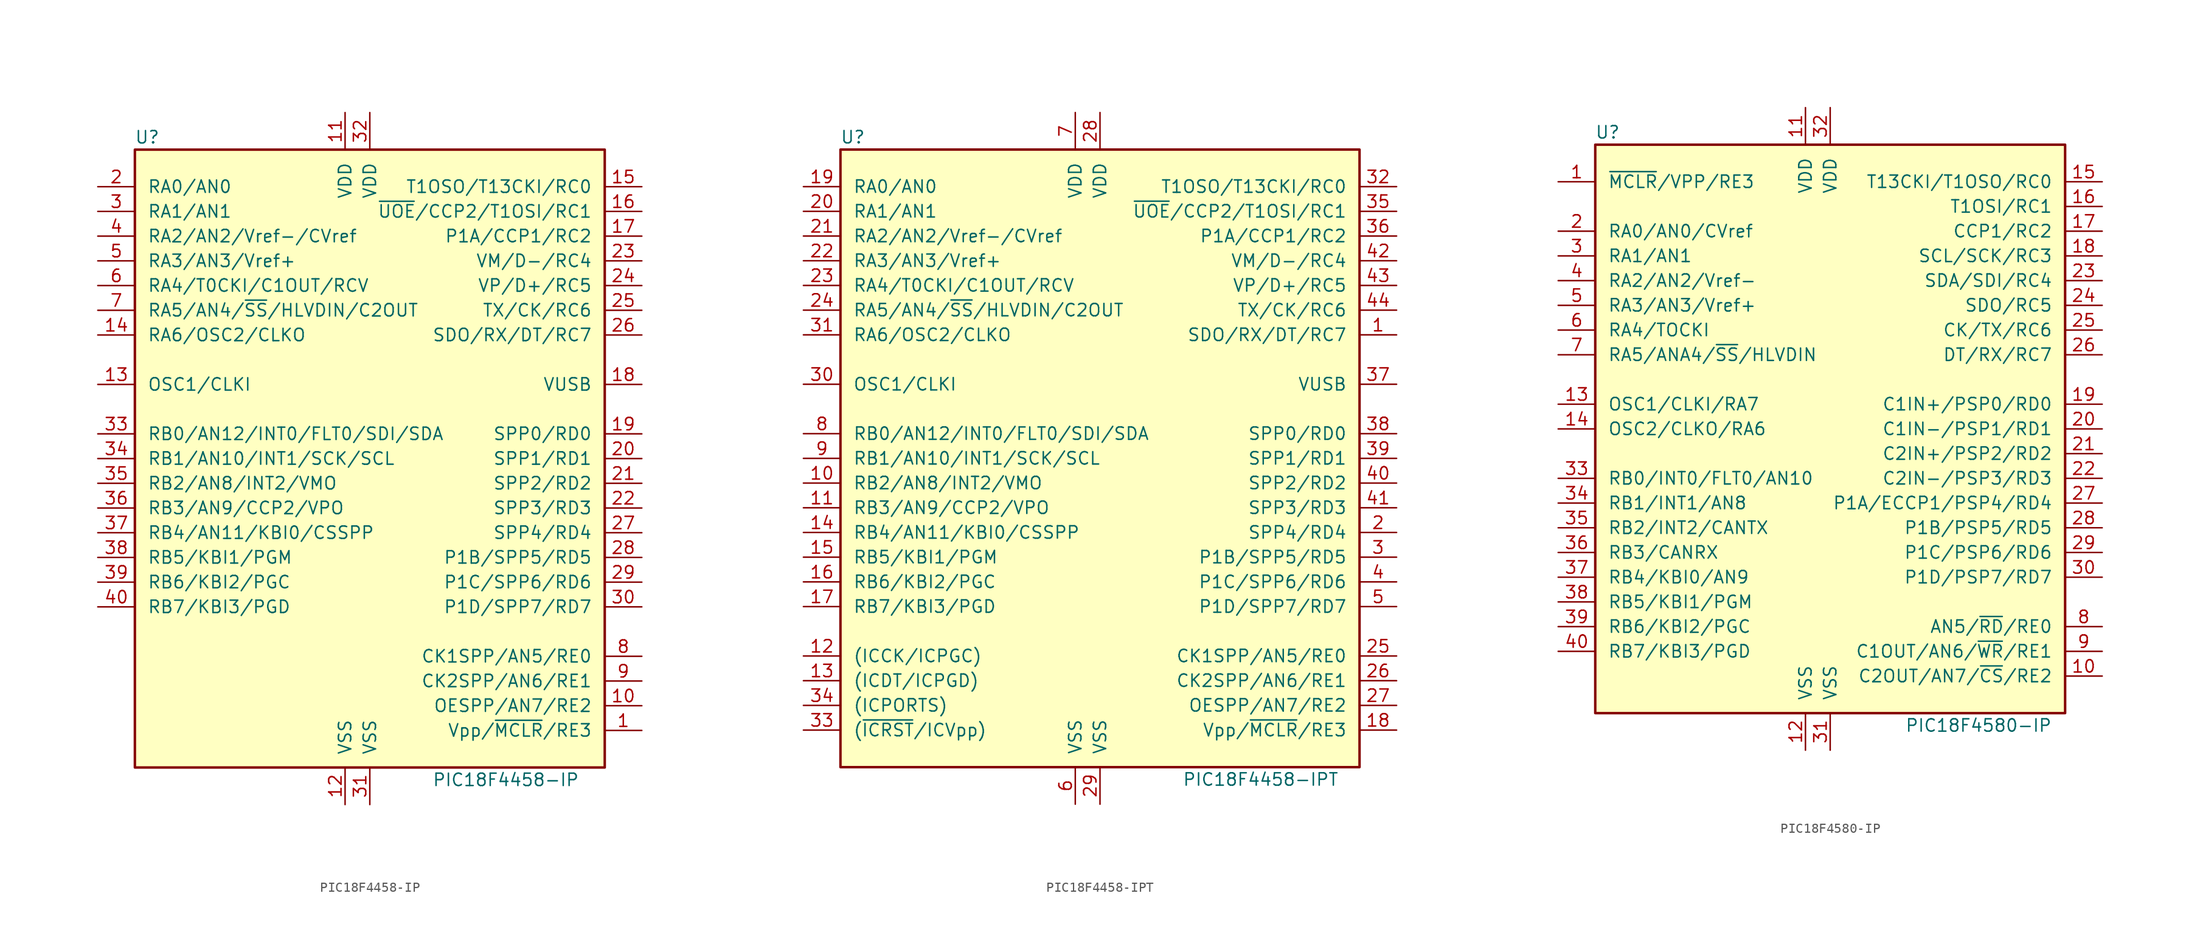
<source format=kicad_sym>
(kicad_symbol_lib
  (version 20201005)
  (generator kicad_symbol_editor)
  (symbol "MCU_Microchip_PIC18:PIC18F4458-IP"
    (pin_names
      (offset 1.27))
    (property "Reference" "U"
      (at -22.86 33.02 0)
      (effects (font (size 1.27 1.27))))
    (property "Value" "PIC18F4458-IP"
      (at 13.97 -33.02 0)
      (effects (font (size 1.27 1.27))))
    (symbol "PIC18F4458-IP_0_1"
      (rectangle (start -24.13 31.75) (end 24.13 -31.75) (stroke (width 0.254)) (fill (type background))))
    (symbol "PIC18F4458-IP_1_1"
      (pin input line (at 27.94 -27.94 180) (length 3.81) (name "Vpp/~MCLR~/RE3" (effects (font (size 1.27 1.27)))) (number "1" (effects (font (size 1.27 1.27)))))
      (pin bidirectional line (at 27.94 -25.4 180) (length 3.81) (name "OESPP/AN7/RE2" (effects (font (size 1.27 1.27)))) (number "10" (effects (font (size 1.27 1.27)))))
      (pin power_in line (at -2.54 35.56 270) (length 3.81) (name "VDD" (effects (font (size 1.27 1.27)))) (number "11" (effects (font (size 1.27 1.27)))))
      (pin power_in line (at -2.54 -35.56 90) (length 3.81) (name "VSS" (effects (font (size 1.27 1.27)))) (number "12" (effects (font (size 1.27 1.27)))))
      (pin input line (at -27.94 7.62 0) (length 3.81) (name "OSC1/CLKI" (effects (font (size 1.27 1.27)))) (number "13" (effects (font (size 1.27 1.27)))))
      (pin bidirectional line (at -27.94 12.7 0) (length 3.81) (name "RA6/OSC2/CLKO" (effects (font (size 1.27 1.27)))) (number "14" (effects (font (size 1.27 1.27)))))
      (pin bidirectional line (at 27.94 27.94 180) (length 3.81) (name "T1OSO/T13CKI/RC0" (effects (font (size 1.27 1.27)))) (number "15" (effects (font (size 1.27 1.27)))))
      (pin bidirectional line (at 27.94 25.4 180) (length 3.81) (name "~UOE~/CCP2/T1OSI/RC1" (effects (font (size 1.27 1.27)))) (number "16" (effects (font (size 1.27 1.27)))))
      (pin bidirectional line (at 27.94 22.86 180) (length 3.81) (name "P1A/CCP1/RC2" (effects (font (size 1.27 1.27)))) (number "17" (effects (font (size 1.27 1.27)))))
      (pin bidirectional line (at 27.94 7.62 180) (length 3.81) (name "VUSB" (effects (font (size 1.27 1.27)))) (number "18" (effects (font (size 1.27 1.27)))))
      (pin bidirectional line (at 27.94 2.54 180) (length 3.81) (name "SPP0/RD0" (effects (font (size 1.27 1.27)))) (number "19" (effects (font (size 1.27 1.27)))))
      (pin bidirectional line (at -27.94 27.94 0) (length 3.81) (name "RA0/AN0" (effects (font (size 1.27 1.27)))) (number "2" (effects (font (size 1.27 1.27)))))
      (pin bidirectional line (at 27.94 0 180) (length 3.81) (name "SPP1/RD1" (effects (font (size 1.27 1.27)))) (number "20" (effects (font (size 1.27 1.27)))))
      (pin bidirectional line (at 27.94 -2.54 180) (length 3.81) (name "SPP2/RD2" (effects (font (size 1.27 1.27)))) (number "21" (effects (font (size 1.27 1.27)))))
      (pin bidirectional line (at 27.94 -5.08 180) (length 3.81) (name "SPP3/RD3" (effects (font (size 1.27 1.27)))) (number "22" (effects (font (size 1.27 1.27)))))
      (pin bidirectional line (at 27.94 20.32 180) (length 3.81) (name "VM/D-/RC4" (effects (font (size 1.27 1.27)))) (number "23" (effects (font (size 1.27 1.27)))))
      (pin bidirectional line (at 27.94 17.78 180) (length 3.81) (name "VP/D+/RC5" (effects (font (size 1.27 1.27)))) (number "24" (effects (font (size 1.27 1.27)))))
      (pin bidirectional line (at 27.94 15.24 180) (length 3.81) (name "TX/CK/RC6" (effects (font (size 1.27 1.27)))) (number "25" (effects (font (size 1.27 1.27)))))
      (pin bidirectional line (at 27.94 12.7 180) (length 3.81) (name "SDO/RX/DT/RC7" (effects (font (size 1.27 1.27)))) (number "26" (effects (font (size 1.27 1.27)))))
      (pin bidirectional line (at 27.94 -7.62 180) (length 3.81) (name "SPP4/RD4" (effects (font (size 1.27 1.27)))) (number "27" (effects (font (size 1.27 1.27)))))
      (pin bidirectional line (at 27.94 -10.16 180) (length 3.81) (name "P1B/SPP5/RD5" (effects (font (size 1.27 1.27)))) (number "28" (effects (font (size 1.27 1.27)))))
      (pin bidirectional line (at 27.94 -12.7 180) (length 3.81) (name "P1C/SPP6/RD6" (effects (font (size 1.27 1.27)))) (number "29" (effects (font (size 1.27 1.27)))))
      (pin bidirectional line (at -27.94 25.4 0) (length 3.81) (name "RA1/AN1" (effects (font (size 1.27 1.27)))) (number "3" (effects (font (size 1.27 1.27)))))
      (pin bidirectional line (at 27.94 -15.24 180) (length 3.81) (name "P1D/SPP7/RD7" (effects (font (size 1.27 1.27)))) (number "30" (effects (font (size 1.27 1.27)))))
      (pin power_in line (at 0 -35.56 90) (length 3.81) (name "VSS" (effects (font (size 1.27 1.27)))) (number "31" (effects (font (size 1.27 1.27)))))
      (pin power_in line (at 0 35.56 270) (length 3.81) (name "VDD" (effects (font (size 1.27 1.27)))) (number "32" (effects (font (size 1.27 1.27)))))
      (pin bidirectional line (at -27.94 2.54 0) (length 3.81) (name "RB0/AN12/INT0/FLT0/SDI/SDA" (effects (font (size 1.27 1.27)))) (number "33" (effects (font (size 1.27 1.27)))))
      (pin bidirectional line (at -27.94 0 0) (length 3.81) (name "RB1/AN10/INT1/SCK/SCL" (effects (font (size 1.27 1.27)))) (number "34" (effects (font (size 1.27 1.27)))))
      (pin bidirectional line (at -27.94 -2.54 0) (length 3.81) (name "RB2/AN8/INT2/VMO" (effects (font (size 1.27 1.27)))) (number "35" (effects (font (size 1.27 1.27)))))
      (pin bidirectional line (at -27.94 -5.08 0) (length 3.81) (name "RB3/AN9/CCP2/VPO" (effects (font (size 1.27 1.27)))) (number "36" (effects (font (size 1.27 1.27)))))
      (pin bidirectional line (at -27.94 -7.62 0) (length 3.81) (name "RB4/AN11/KBI0/CSSPP" (effects (font (size 1.27 1.27)))) (number "37" (effects (font (size 1.27 1.27)))))
      (pin bidirectional line (at -27.94 -10.16 0) (length 3.81) (name "RB5/KBI1/PGM" (effects (font (size 1.27 1.27)))) (number "38" (effects (font (size 1.27 1.27)))))
      (pin bidirectional line (at -27.94 -12.7 0) (length 3.81) (name "RB6/KBI2/PGC" (effects (font (size 1.27 1.27)))) (number "39" (effects (font (size 1.27 1.27)))))
      (pin bidirectional line (at -27.94 22.86 0) (length 3.81) (name "RA2/AN2/Vref-/CVref" (effects (font (size 1.27 1.27)))) (number "4" (effects (font (size 1.27 1.27)))))
      (pin bidirectional line (at -27.94 -15.24 0) (length 3.81) (name "RB7/KBI3/PGD" (effects (font (size 1.27 1.27)))) (number "40" (effects (font (size 1.27 1.27)))))
      (pin bidirectional line (at -27.94 20.32 0) (length 3.81) (name "RA3/AN3/Vref+" (effects (font (size 1.27 1.27)))) (number "5" (effects (font (size 1.27 1.27)))))
      (pin bidirectional line (at -27.94 17.78 0) (length 3.81) (name "RA4/T0CKI/C1OUT/RCV" (effects (font (size 1.27 1.27)))) (number "6" (effects (font (size 1.27 1.27)))))
      (pin bidirectional line (at -27.94 15.24 0) (length 3.81) (name "RA5/AN4/~SS~/HLVDIN/C2OUT" (effects (font (size 1.27 1.27)))) (number "7" (effects (font (size 1.27 1.27)))))
      (pin bidirectional line (at 27.94 -20.32 180) (length 3.81) (name "CK1SPP/AN5/RE0" (effects (font (size 1.27 1.27)))) (number "8" (effects (font (size 1.27 1.27)))))
      (pin bidirectional line (at 27.94 -22.86 180) (length 3.81) (name "CK2SPP/AN6/RE1" (effects (font (size 1.27 1.27)))) (number "9" (effects (font (size 1.27 1.27)))))))
  (symbol "MCU_Microchip_PIC18:PIC18F4458-IPT"
    (pin_names
      (offset 1.27))
    (property "Reference" "U"
      (at -25.4 33.02 0)
      (effects (font (size 1.27 1.27))))
    (property "Value" "PIC18F4458-IPT"
      (at 16.51 -33.02 0)
      (effects (font (size 1.27 1.27))))
    (symbol "PIC18F4458-IPT_0_1"
      (rectangle (start -26.67 31.75) (end 26.67 -31.75) (stroke (width 0.254)) (fill (type background))))
    (symbol "PIC18F4458-IPT_1_1"
      (pin bidirectional line (at 30.48 12.7 180) (length 3.81) (name "SDO/RX/DT/RC7" (effects (font (size 1.27 1.27)))) (number "1" (effects (font (size 1.27 1.27)))))
      (pin bidirectional line (at -30.48 -2.54 0) (length 3.81) (name "RB2/AN8/INT2/VMO" (effects (font (size 1.27 1.27)))) (number "10" (effects (font (size 1.27 1.27)))))
      (pin bidirectional line (at -30.48 -5.08 0) (length 3.81) (name "RB3/AN9/CCP2/VPO" (effects (font (size 1.27 1.27)))) (number "11" (effects (font (size 1.27 1.27)))))
      (pin bidirectional line (at -30.48 -20.32 0) (length 3.81) (name "(ICCK/ICPGC)" (effects (font (size 1.27 1.27)))) (number "12" (effects (font (size 1.27 1.27)))))
      (pin bidirectional line (at -30.48 -22.86 0) (length 3.81) (name "(ICDT/ICPGD)" (effects (font (size 1.27 1.27)))) (number "13" (effects (font (size 1.27 1.27)))))
      (pin bidirectional line (at -30.48 -7.62 0) (length 3.81) (name "RB4/AN11/KBI0/CSSPP" (effects (font (size 1.27 1.27)))) (number "14" (effects (font (size 1.27 1.27)))))
      (pin bidirectional line (at -30.48 -10.16 0) (length 3.81) (name "RB5/KBI1/PGM" (effects (font (size 1.27 1.27)))) (number "15" (effects (font (size 1.27 1.27)))))
      (pin bidirectional line (at -30.48 -12.7 0) (length 3.81) (name "RB6/KBI2/PGC" (effects (font (size 1.27 1.27)))) (number "16" (effects (font (size 1.27 1.27)))))
      (pin bidirectional line (at -30.48 -15.24 0) (length 3.81) (name "RB7/KBI3/PGD" (effects (font (size 1.27 1.27)))) (number "17" (effects (font (size 1.27 1.27)))))
      (pin input line (at 30.48 -27.94 180) (length 3.81) (name "Vpp/~MCLR~/RE3" (effects (font (size 1.27 1.27)))) (number "18" (effects (font (size 1.27 1.27)))))
      (pin bidirectional line (at -30.48 27.94 0) (length 3.81) (name "RA0/AN0" (effects (font (size 1.27 1.27)))) (number "19" (effects (font (size 1.27 1.27)))))
      (pin bidirectional line (at 30.48 -7.62 180) (length 3.81) (name "SPP4/RD4" (effects (font (size 1.27 1.27)))) (number "2" (effects (font (size 1.27 1.27)))))
      (pin bidirectional line (at -30.48 25.4 0) (length 3.81) (name "RA1/AN1" (effects (font (size 1.27 1.27)))) (number "20" (effects (font (size 1.27 1.27)))))
      (pin bidirectional line (at -30.48 22.86 0) (length 3.81) (name "RA2/AN2/Vref-/CVref" (effects (font (size 1.27 1.27)))) (number "21" (effects (font (size 1.27 1.27)))))
      (pin bidirectional line (at -30.48 20.32 0) (length 3.81) (name "RA3/AN3/Vref+" (effects (font (size 1.27 1.27)))) (number "22" (effects (font (size 1.27 1.27)))))
      (pin bidirectional line (at -30.48 17.78 0) (length 3.81) (name "RA4/T0CKI/C1OUT/RCV" (effects (font (size 1.27 1.27)))) (number "23" (effects (font (size 1.27 1.27)))))
      (pin bidirectional line (at -30.48 15.24 0) (length 3.81) (name "RA5/AN4/~SS~/HLVDIN/C2OUT" (effects (font (size 1.27 1.27)))) (number "24" (effects (font (size 1.27 1.27)))))
      (pin bidirectional line (at 30.48 -20.32 180) (length 3.81) (name "CK1SPP/AN5/RE0" (effects (font (size 1.27 1.27)))) (number "25" (effects (font (size 1.27 1.27)))))
      (pin bidirectional line (at 30.48 -22.86 180) (length 3.81) (name "CK2SPP/AN6/RE1" (effects (font (size 1.27 1.27)))) (number "26" (effects (font (size 1.27 1.27)))))
      (pin bidirectional line (at 30.48 -25.4 180) (length 3.81) (name "OESPP/AN7/RE2" (effects (font (size 1.27 1.27)))) (number "27" (effects (font (size 1.27 1.27)))))
      (pin power_in line (at 0 35.56 270) (length 3.81) (name "VDD" (effects (font (size 1.27 1.27)))) (number "28" (effects (font (size 1.27 1.27)))))
      (pin power_in line (at 0 -35.56 90) (length 3.81) (name "VSS" (effects (font (size 1.27 1.27)))) (number "29" (effects (font (size 1.27 1.27)))))
      (pin bidirectional line (at 30.48 -10.16 180) (length 3.81) (name "P1B/SPP5/RD5" (effects (font (size 1.27 1.27)))) (number "3" (effects (font (size 1.27 1.27)))))
      (pin input line (at -30.48 7.62 0) (length 3.81) (name "OSC1/CLKI" (effects (font (size 1.27 1.27)))) (number "30" (effects (font (size 1.27 1.27)))))
      (pin bidirectional line (at -30.48 12.7 0) (length 3.81) (name "RA6/OSC2/CLKO" (effects (font (size 1.27 1.27)))) (number "31" (effects (font (size 1.27 1.27)))))
      (pin bidirectional line (at 30.48 27.94 180) (length 3.81) (name "T1OSO/T13CKI/RC0" (effects (font (size 1.27 1.27)))) (number "32" (effects (font (size 1.27 1.27)))))
      (pin input line (at -30.48 -27.94 0) (length 3.81) (name "(~ICRST~/ICVpp)" (effects (font (size 1.27 1.27)))) (number "33" (effects (font (size 1.27 1.27)))))
      (pin input line (at -30.48 -25.4 0) (length 3.81) (name "(ICPORTS)" (effects (font (size 1.27 1.27)))) (number "34" (effects (font (size 1.27 1.27)))))
      (pin bidirectional line (at 30.48 25.4 180) (length 3.81) (name "~UOE~/CCP2/T1OSI/RC1" (effects (font (size 1.27 1.27)))) (number "35" (effects (font (size 1.27 1.27)))))
      (pin bidirectional line (at 30.48 22.86 180) (length 3.81) (name "P1A/CCP1/RC2" (effects (font (size 1.27 1.27)))) (number "36" (effects (font (size 1.27 1.27)))))
      (pin bidirectional line (at 30.48 7.62 180) (length 3.81) (name "VUSB" (effects (font (size 1.27 1.27)))) (number "37" (effects (font (size 1.27 1.27)))))
      (pin bidirectional line (at 30.48 2.54 180) (length 3.81) (name "SPP0/RD0" (effects (font (size 1.27 1.27)))) (number "38" (effects (font (size 1.27 1.27)))))
      (pin bidirectional line (at 30.48 0 180) (length 3.81) (name "SPP1/RD1" (effects (font (size 1.27 1.27)))) (number "39" (effects (font (size 1.27 1.27)))))
      (pin bidirectional line (at 30.48 -12.7 180) (length 3.81) (name "P1C/SPP6/RD6" (effects (font (size 1.27 1.27)))) (number "4" (effects (font (size 1.27 1.27)))))
      (pin bidirectional line (at 30.48 -2.54 180) (length 3.81) (name "SPP2/RD2" (effects (font (size 1.27 1.27)))) (number "40" (effects (font (size 1.27 1.27)))))
      (pin bidirectional line (at 30.48 -5.08 180) (length 3.81) (name "SPP3/RD3" (effects (font (size 1.27 1.27)))) (number "41" (effects (font (size 1.27 1.27)))))
      (pin bidirectional line (at 30.48 20.32 180) (length 3.81) (name "VM/D-/RC4" (effects (font (size 1.27 1.27)))) (number "42" (effects (font (size 1.27 1.27)))))
      (pin bidirectional line (at 30.48 17.78 180) (length 3.81) (name "VP/D+/RC5" (effects (font (size 1.27 1.27)))) (number "43" (effects (font (size 1.27 1.27)))))
      (pin bidirectional line (at 30.48 15.24 180) (length 3.81) (name "TX/CK/RC6" (effects (font (size 1.27 1.27)))) (number "44" (effects (font (size 1.27 1.27)))))
      (pin bidirectional line (at 30.48 -15.24 180) (length 3.81) (name "P1D/SPP7/RD7" (effects (font (size 1.27 1.27)))) (number "5" (effects (font (size 1.27 1.27)))))
      (pin power_in line (at -2.54 -35.56 90) (length 3.81) (name "VSS" (effects (font (size 1.27 1.27)))) (number "6" (effects (font (size 1.27 1.27)))))
      (pin power_in line (at -2.54 35.56 270) (length 3.81) (name "VDD" (effects (font (size 1.27 1.27)))) (number "7" (effects (font (size 1.27 1.27)))))
      (pin bidirectional line (at -30.48 2.54 0) (length 3.81) (name "RB0/AN12/INT0/FLT0/SDI/SDA" (effects (font (size 1.27 1.27)))) (number "8" (effects (font (size 1.27 1.27)))))
      (pin bidirectional line (at -30.48 0 0) (length 3.81) (name "RB1/AN10/INT1/SCK/SCL" (effects (font (size 1.27 1.27)))) (number "9" (effects (font (size 1.27 1.27)))))))
  (symbol "MCU_Microchip_PIC18:PIC18F4580-IP"
    (pin_names
      (offset 1.27))
    (property "Reference" "U"
      (at -22.86 30.48 0)
      (effects (font (size 1.27 1.27))))
    (property "Value" "PIC18F4580-IP"
      (at 15.24 -30.48 0)
      (effects (font (size 1.27 1.27))))
    (symbol "PIC18F4580-IP_0_1"
      (rectangle (start -24.13 -29.21) (end 24.13 29.21) (stroke (width 0.254)) (fill (type background))))
    (symbol "PIC18F4580-IP_1_1"
      (pin input line (at -27.94 25.4 0) (length 3.81) (name "~MCLR~/VPP/RE3" (effects (font (size 1.27 1.27)))) (number "1" (effects (font (size 1.27 1.27)))))
      (pin bidirectional line (at 27.94 -25.4 180) (length 3.81) (name "C2OUT/AN7/~CS~/RE2" (effects (font (size 1.27 1.27)))) (number "10" (effects (font (size 1.27 1.27)))))
      (pin power_in line (at -2.54 33.02 270) (length 3.81) (name "VDD" (effects (font (size 1.27 1.27)))) (number "11" (effects (font (size 1.27 1.27)))))
      (pin power_in line (at -2.54 -33.02 90) (length 3.81) (name "VSS" (effects (font (size 1.27 1.27)))) (number "12" (effects (font (size 1.27 1.27)))))
      (pin input line (at -27.94 2.54 0) (length 3.81) (name "OSC1/CLKI/RA7" (effects (font (size 1.27 1.27)))) (number "13" (effects (font (size 1.27 1.27)))))
      (pin output line (at -27.94 0 0) (length 3.81) (name "OSC2/CLKO/RA6" (effects (font (size 1.27 1.27)))) (number "14" (effects (font (size 1.27 1.27)))))
      (pin bidirectional line (at 27.94 25.4 180) (length 3.81) (name "T13CKI/T1OSO/RC0" (effects (font (size 1.27 1.27)))) (number "15" (effects (font (size 1.27 1.27)))))
      (pin bidirectional line (at 27.94 22.86 180) (length 3.81) (name "T1OSI/RC1" (effects (font (size 1.27 1.27)))) (number "16" (effects (font (size 1.27 1.27)))))
      (pin bidirectional line (at 27.94 20.32 180) (length 3.81) (name "CCP1/RC2" (effects (font (size 1.27 1.27)))) (number "17" (effects (font (size 1.27 1.27)))))
      (pin bidirectional line (at 27.94 17.78 180) (length 3.81) (name "SCL/SCK/RC3" (effects (font (size 1.27 1.27)))) (number "18" (effects (font (size 1.27 1.27)))))
      (pin bidirectional line (at 27.94 2.54 180) (length 3.81) (name "C1IN+/PSP0/RD0" (effects (font (size 1.27 1.27)))) (number "19" (effects (font (size 1.27 1.27)))))
      (pin bidirectional line (at -27.94 20.32 0) (length 3.81) (name "RA0/AN0/CVref" (effects (font (size 1.27 1.27)))) (number "2" (effects (font (size 1.27 1.27)))))
      (pin bidirectional line (at 27.94 0 180) (length 3.81) (name "C1IN-/PSP1/RD1" (effects (font (size 1.27 1.27)))) (number "20" (effects (font (size 1.27 1.27)))))
      (pin bidirectional line (at 27.94 -2.54 180) (length 3.81) (name "C2IN+/PSP2/RD2" (effects (font (size 1.27 1.27)))) (number "21" (effects (font (size 1.27 1.27)))))
      (pin bidirectional line (at 27.94 -5.08 180) (length 3.81) (name "C2IN-/PSP3/RD3" (effects (font (size 1.27 1.27)))) (number "22" (effects (font (size 1.27 1.27)))))
      (pin bidirectional line (at 27.94 15.24 180) (length 3.81) (name "SDA/SDI/RC4" (effects (font (size 1.27 1.27)))) (number "23" (effects (font (size 1.27 1.27)))))
      (pin bidirectional line (at 27.94 12.7 180) (length 3.81) (name "SDO/RC5" (effects (font (size 1.27 1.27)))) (number "24" (effects (font (size 1.27 1.27)))))
      (pin bidirectional line (at 27.94 10.16 180) (length 3.81) (name "CK/TX/RC6" (effects (font (size 1.27 1.27)))) (number "25" (effects (font (size 1.27 1.27)))))
      (pin bidirectional line (at 27.94 7.62 180) (length 3.81) (name "DT/RX/RC7" (effects (font (size 1.27 1.27)))) (number "26" (effects (font (size 1.27 1.27)))))
      (pin bidirectional line (at 27.94 -7.62 180) (length 3.81) (name "P1A/ECCP1/PSP4/RD4" (effects (font (size 1.27 1.27)))) (number "27" (effects (font (size 1.27 1.27)))))
      (pin bidirectional line (at 27.94 -10.16 180) (length 3.81) (name "P1B/PSP5/RD5" (effects (font (size 1.27 1.27)))) (number "28" (effects (font (size 1.27 1.27)))))
      (pin bidirectional line (at 27.94 -12.7 180) (length 3.81) (name "P1C/PSP6/RD6" (effects (font (size 1.27 1.27)))) (number "29" (effects (font (size 1.27 1.27)))))
      (pin bidirectional line (at -27.94 17.78 0) (length 3.81) (name "RA1/AN1" (effects (font (size 1.27 1.27)))) (number "3" (effects (font (size 1.27 1.27)))))
      (pin bidirectional line (at 27.94 -15.24 180) (length 3.81) (name "P1D/PSP7/RD7" (effects (font (size 1.27 1.27)))) (number "30" (effects (font (size 1.27 1.27)))))
      (pin power_in line (at 0 -33.02 90) (length 3.81) (name "VSS" (effects (font (size 1.27 1.27)))) (number "31" (effects (font (size 1.27 1.27)))))
      (pin power_in line (at 0 33.02 270) (length 3.81) (name "VDD" (effects (font (size 1.27 1.27)))) (number "32" (effects (font (size 1.27 1.27)))))
      (pin bidirectional line (at -27.94 -5.08 0) (length 3.81) (name "RB0/INT0/FLT0/AN10" (effects (font (size 1.27 1.27)))) (number "33" (effects (font (size 1.27 1.27)))))
      (pin bidirectional line (at -27.94 -7.62 0) (length 3.81) (name "RB1/INT1/AN8" (effects (font (size 1.27 1.27)))) (number "34" (effects (font (size 1.27 1.27)))))
      (pin bidirectional line (at -27.94 -10.16 0) (length 3.81) (name "RB2/INT2/CANTX" (effects (font (size 1.27 1.27)))) (number "35" (effects (font (size 1.27 1.27)))))
      (pin bidirectional line (at -27.94 -12.7 0) (length 3.81) (name "RB3/CANRX" (effects (font (size 1.27 1.27)))) (number "36" (effects (font (size 1.27 1.27)))))
      (pin bidirectional line (at -27.94 -15.24 0) (length 3.81) (name "RB4/KBI0/AN9" (effects (font (size 1.27 1.27)))) (number "37" (effects (font (size 1.27 1.27)))))
      (pin bidirectional line (at -27.94 -17.78 0) (length 3.81) (name "RB5/KBI1/PGM" (effects (font (size 1.27 1.27)))) (number "38" (effects (font (size 1.27 1.27)))))
      (pin bidirectional line (at -27.94 -20.32 0) (length 3.81) (name "RB6/KBI2/PGC" (effects (font (size 1.27 1.27)))) (number "39" (effects (font (size 1.27 1.27)))))
      (pin bidirectional line (at -27.94 15.24 0) (length 3.81) (name "RA2/AN2/Vref-" (effects (font (size 1.27 1.27)))) (number "4" (effects (font (size 1.27 1.27)))))
      (pin bidirectional line (at -27.94 -22.86 0) (length 3.81) (name "RB7/KBI3/PGD" (effects (font (size 1.27 1.27)))) (number "40" (effects (font (size 1.27 1.27)))))
      (pin bidirectional line (at -27.94 12.7 0) (length 3.81) (name "RA3/AN3/Vref+" (effects (font (size 1.27 1.27)))) (number "5" (effects (font (size 1.27 1.27)))))
      (pin bidirectional line (at -27.94 10.16 0) (length 3.81) (name "RA4/TOCKI" (effects (font (size 1.27 1.27)))) (number "6" (effects (font (size 1.27 1.27)))))
      (pin bidirectional line (at -27.94 7.62 0) (length 3.81) (name "RA5/ANA4/~SS~/HLVDIN" (effects (font (size 1.27 1.27)))) (number "7" (effects (font (size 1.27 1.27)))))
      (pin bidirectional line (at 27.94 -20.32 180) (length 3.81) (name "AN5/~RD~/RE0" (effects (font (size 1.27 1.27)))) (number "8" (effects (font (size 1.27 1.27)))))
      (pin bidirectional line (at 27.94 -22.86 180) (length 3.81) (name "C1OUT/AN6/~WR~/RE1" (effects (font (size 1.27 1.27)))) (number "9" (effects (font (size 1.27 1.27))))))))
</source>
